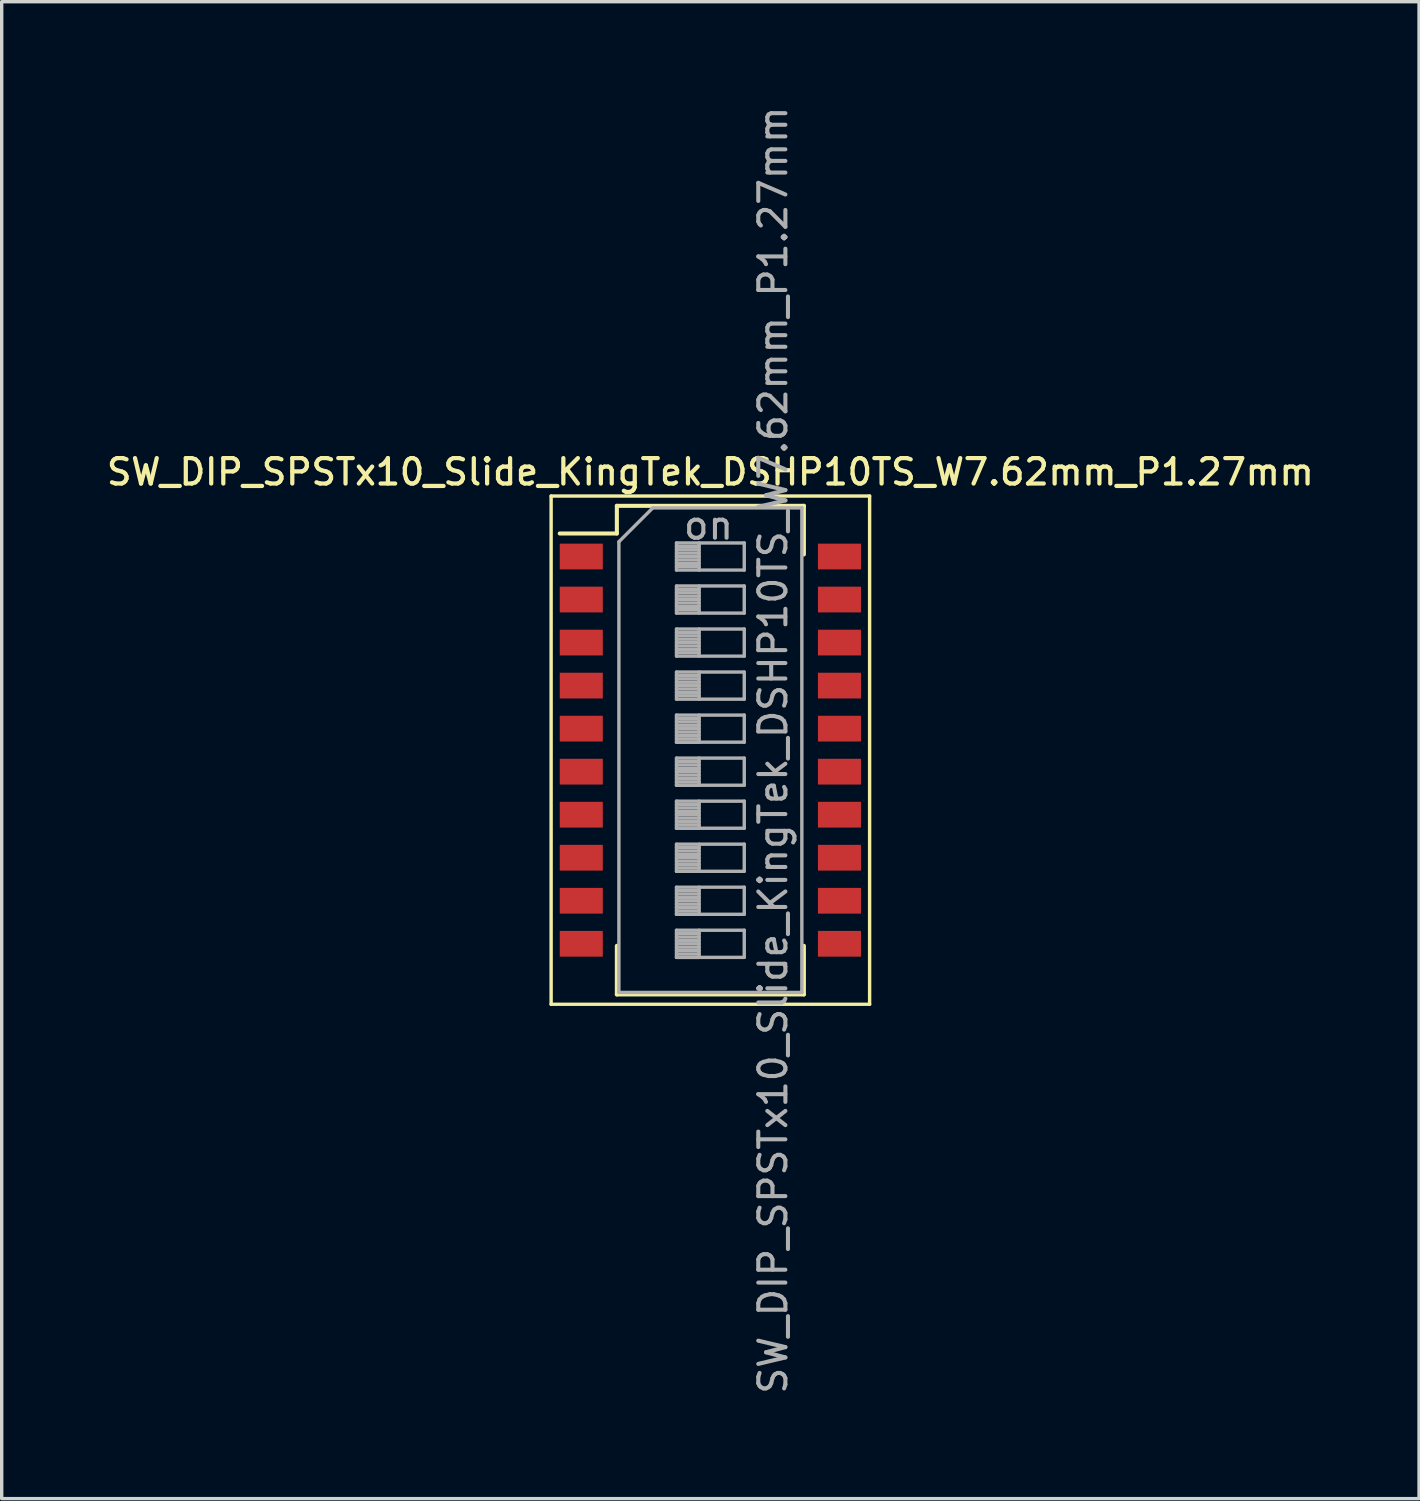
<source format=kicad_pcb>
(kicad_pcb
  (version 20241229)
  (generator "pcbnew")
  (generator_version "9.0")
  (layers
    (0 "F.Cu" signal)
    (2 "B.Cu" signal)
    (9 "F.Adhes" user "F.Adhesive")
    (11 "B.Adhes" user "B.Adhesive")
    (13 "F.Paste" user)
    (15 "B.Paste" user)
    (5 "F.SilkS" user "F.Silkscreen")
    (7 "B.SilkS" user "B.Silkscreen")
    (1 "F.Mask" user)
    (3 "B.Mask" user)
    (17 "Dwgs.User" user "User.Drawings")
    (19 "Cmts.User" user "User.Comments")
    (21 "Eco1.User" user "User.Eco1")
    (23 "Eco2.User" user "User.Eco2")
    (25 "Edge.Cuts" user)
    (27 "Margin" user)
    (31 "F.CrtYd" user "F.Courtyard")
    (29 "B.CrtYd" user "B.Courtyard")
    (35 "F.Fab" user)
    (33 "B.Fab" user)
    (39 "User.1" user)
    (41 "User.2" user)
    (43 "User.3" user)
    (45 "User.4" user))
  (footprint "SW_DIP_SPSTx10_Slide_KingTek_DSHP10TS_W7.62mm_P1.27mm"
    (layer "F.Cu")
    (at 17.916 19.09)
    (property "Reference" "SW_DIP_SPSTx10_Slide_KingTek_DSHP10TS_W7.62mm_P1.27mm" (at 0 -8.21 0) (layer "F.SilkS") (effects (font (size 0.75 0.75) (thickness 0.125))))
    (attr smd)
    (fp_line (start -4.7 -7.5) (end -4.7 7.5) (stroke (width 0.1) (type solid)) (layer "F.SilkS"))
    (fp_line (start -4.7 7.5) (end 4.7 7.5) (stroke (width 0.1) (type solid)) (layer "F.SilkS"))
    (fp_line (start -4.446 -6.395) (end -2.76 -6.395) (stroke (width 0.12) (type solid)) (layer "F.SilkS"))
    (fp_line (start -2.76 -7.211) (end -2.76 -6.395) (stroke (width 0.12) (type solid)) (layer "F.SilkS"))
    (fp_line (start -2.76 -7.211) (end 2.76 -7.211) (stroke (width 0.12) (type solid)) (layer "F.SilkS"))
    (fp_line (start -2.76 5.775) (end -2.76 7.21) (stroke (width 0.12) (type solid)) (layer "F.SilkS"))
    (fp_line (start -2.76 7.21) (end 2.76 7.21) (stroke (width 0.12) (type solid)) (layer "F.SilkS"))
    (fp_line (start 2.76 -7.211) (end 2.76 -5.776) (stroke (width 0.12) (type solid)) (layer "F.SilkS"))
    (fp_line (start 2.76 5.775) (end 2.76 7.21) (stroke (width 0.12) (type solid)) (layer "F.SilkS"))
    (fp_line (start 4.7 -7.5) (end -4.7 -7.5) (stroke (width 0.1) (type solid)) (layer "F.SilkS"))
    (fp_line (start 4.7 7.5) (end 4.7 -7.5) (stroke (width 0.1) (type solid)) (layer "F.SilkS"))
    (fp_line (start -2.7 -6.15) (end -1.7 -7.15) (stroke (width 0.1) (type solid)) (layer "F.Fab"))
    (fp_line (start -2.7 7.15) (end -2.7 -6.15) (stroke (width 0.1) (type solid)) (layer "F.Fab"))
    (fp_line (start -1.7 -7.15) (end 2.7 -7.15) (stroke (width 0.1) (type solid)) (layer "F.Fab"))
    (fp_line (start -1 -6.115) (end -1 -5.315) (stroke (width 0.1) (type solid)) (layer "F.Fab"))
    (fp_line (start -1 -6.015) (end -0.333 -6.015) (stroke (width 0.1) (type solid)) (layer "F.Fab"))
    (fp_line (start -1 -5.915) (end -0.333 -5.915) (stroke (width 0.1) (type solid)) (layer "F.Fab"))
    (fp_line (start -1 -5.815) (end -0.333 -5.815) (stroke (width 0.1) (type solid)) (layer "F.Fab"))
    (fp_line (start -1 -5.715) (end -0.333 -5.715) (stroke (width 0.1) (type solid)) (layer "F.Fab"))
    (fp_line (start -1 -5.615) (end -0.333 -5.615) (stroke (width 0.1) (type solid)) (layer "F.Fab"))
    (fp_line (start -1 -5.515) (end -0.333 -5.515) (stroke (width 0.1) (type solid)) (layer "F.Fab"))
    (fp_line (start -1 -5.415) (end -0.333 -5.415) (stroke (width 0.1) (type solid)) (layer "F.Fab"))
    (fp_line (start -1 -5.315) (end 1 -5.315) (stroke (width 0.1) (type solid)) (layer "F.Fab"))
    (fp_line (start -1 -4.845) (end -1 -4.045) (stroke (width 0.1) (type solid)) (layer "F.Fab"))
    (fp_line (start -1 -4.745) (end -0.333 -4.745) (stroke (width 0.1) (type solid)) (layer "F.Fab"))
    (fp_line (start -1 -4.645) (end -0.333 -4.645) (stroke (width 0.1) (type solid)) (layer "F.Fab"))
    (fp_line (start -1 -4.545) (end -0.333 -4.545) (stroke (width 0.1) (type solid)) (layer "F.Fab"))
    (fp_line (start -1 -4.445) (end -0.333 -4.445) (stroke (width 0.1) (type solid)) (layer "F.Fab"))
    (fp_line (start -1 -4.345) (end -0.333 -4.345) (stroke (width 0.1) (type solid)) (layer "F.Fab"))
    (fp_line (start -1 -4.245) (end -0.333 -4.245) (stroke (width 0.1) (type solid)) (layer "F.Fab"))
    (fp_line (start -1 -4.145) (end -0.333 -4.145) (stroke (width 0.1) (type solid)) (layer "F.Fab"))
    (fp_line (start -1 -4.045) (end 1 -4.045) (stroke (width 0.1) (type solid)) (layer "F.Fab"))
    (fp_line (start -1 -3.575) (end -1 -2.775) (stroke (width 0.1) (type solid)) (layer "F.Fab"))
    (fp_line (start -1 -3.475) (end -0.333 -3.475) (stroke (width 0.1) (type solid)) (layer "F.Fab"))
    (fp_line (start -1 -3.375) (end -0.333 -3.375) (stroke (width 0.1) (type solid)) (layer "F.Fab"))
    (fp_line (start -1 -3.275) (end -0.333 -3.275) (stroke (width 0.1) (type solid)) (layer "F.Fab"))
    (fp_line (start -1 -3.175) (end -0.333 -3.175) (stroke (width 0.1) (type solid)) (layer "F.Fab"))
    (fp_line (start -1 -3.075) (end -0.333 -3.075) (stroke (width 0.1) (type solid)) (layer "F.Fab"))
    (fp_line (start -1 -2.975) (end -0.333 -2.975) (stroke (width 0.1) (type solid)) (layer "F.Fab"))
    (fp_line (start -1 -2.875) (end -0.333 -2.875) (stroke (width 0.1) (type solid)) (layer "F.Fab"))
    (fp_line (start -1 -2.775) (end 1 -2.775) (stroke (width 0.1) (type solid)) (layer "F.Fab"))
    (fp_line (start -1 -2.305) (end -1 -1.505) (stroke (width 0.1) (type solid)) (layer "F.Fab"))
    (fp_line (start -1 -2.205) (end -0.333 -2.205) (stroke (width 0.1) (type solid)) (layer "F.Fab"))
    (fp_line (start -1 -2.105) (end -0.333 -2.105) (stroke (width 0.1) (type solid)) (layer "F.Fab"))
    (fp_line (start -1 -2.005) (end -0.333 -2.005) (stroke (width 0.1) (type solid)) (layer "F.Fab"))
    (fp_line (start -1 -1.905) (end -0.333 -1.905) (stroke (width 0.1) (type solid)) (layer "F.Fab"))
    (fp_line (start -1 -1.805) (end -0.333 -1.805) (stroke (width 0.1) (type solid)) (layer "F.Fab"))
    (fp_line (start -1 -1.705) (end -0.333 -1.705) (stroke (width 0.1) (type solid)) (layer "F.Fab"))
    (fp_line (start -1 -1.605) (end -0.333 -1.605) (stroke (width 0.1) (type solid)) (layer "F.Fab"))
    (fp_line (start -1 -1.505) (end 1 -1.505) (stroke (width 0.1) (type solid)) (layer "F.Fab"))
    (fp_line (start -1 -1.035) (end -1 -0.235) (stroke (width 0.1) (type solid)) (layer "F.Fab"))
    (fp_line (start -1 -0.935) (end -0.333 -0.935) (stroke (width 0.1) (type solid)) (layer "F.Fab"))
    (fp_line (start -1 -0.835) (end -0.333 -0.835) (stroke (width 0.1) (type solid)) (layer "F.Fab"))
    (fp_line (start -1 -0.735) (end -0.333 -0.735) (stroke (width 0.1) (type solid)) (layer "F.Fab"))
    (fp_line (start -1 -0.635) (end -0.333 -0.635) (stroke (width 0.1) (type solid)) (layer "F.Fab"))
    (fp_line (start -1 -0.535) (end -0.333 -0.535) (stroke (width 0.1) (type solid)) (layer "F.Fab"))
    (fp_line (start -1 -0.435) (end -0.333 -0.435) (stroke (width 0.1) (type solid)) (layer "F.Fab"))
    (fp_line (start -1 -0.335) (end -0.333 -0.335) (stroke (width 0.1) (type solid)) (layer "F.Fab"))
    (fp_line (start -1 -0.235) (end -0.333 -0.235) (stroke (width 0.1) (type solid)) (layer "F.Fab"))
    (fp_line (start -1 -0.235) (end 1 -0.235) (stroke (width 0.1) (type solid)) (layer "F.Fab"))
    (fp_line (start -1 0.235) (end -1 1.035) (stroke (width 0.1) (type solid)) (layer "F.Fab"))
    (fp_line (start -1 0.335) (end -0.333 0.335) (stroke (width 0.1) (type solid)) (layer "F.Fab"))
    (fp_line (start -1 0.435) (end -0.333 0.435) (stroke (width 0.1) (type solid)) (layer "F.Fab"))
    (fp_line (start -1 0.535) (end -0.333 0.535) (stroke (width 0.1) (type solid)) (layer "F.Fab"))
    (fp_line (start -1 0.635) (end -0.333 0.635) (stroke (width 0.1) (type solid)) (layer "F.Fab"))
    (fp_line (start -1 0.735) (end -0.333 0.735) (stroke (width 0.1) (type solid)) (layer "F.Fab"))
    (fp_line (start -1 0.835) (end -0.333 0.835) (stroke (width 0.1) (type solid)) (layer "F.Fab"))
    (fp_line (start -1 0.935) (end -0.333 0.935) (stroke (width 0.1) (type solid)) (layer "F.Fab"))
    (fp_line (start -1 1.035) (end -0.333 1.035) (stroke (width 0.1) (type solid)) (layer "F.Fab"))
    (fp_line (start -1 1.035) (end 1 1.035) (stroke (width 0.1) (type solid)) (layer "F.Fab"))
    (fp_line (start -1 1.505) (end -1 2.305) (stroke (width 0.1) (type solid)) (layer "F.Fab"))
    (fp_line (start -1 1.605) (end -0.333 1.605) (stroke (width 0.1) (type solid)) (layer "F.Fab"))
    (fp_line (start -1 1.705) (end -0.333 1.705) (stroke (width 0.1) (type solid)) (layer "F.Fab"))
    (fp_line (start -1 1.805) (end -0.333 1.805) (stroke (width 0.1) (type solid)) (layer "F.Fab"))
    (fp_line (start -1 1.905) (end -0.333 1.905) (stroke (width 0.1) (type solid)) (layer "F.Fab"))
    (fp_line (start -1 2.005) (end -0.333 2.005) (stroke (width 0.1) (type solid)) (layer "F.Fab"))
    (fp_line (start -1 2.105) (end -0.333 2.105) (stroke (width 0.1) (type solid)) (layer "F.Fab"))
    (fp_line (start -1 2.205) (end -0.333 2.205) (stroke (width 0.1) (type solid)) (layer "F.Fab"))
    (fp_line (start -1 2.305) (end -0.333 2.305) (stroke (width 0.1) (type solid)) (layer "F.Fab"))
    (fp_line (start -1 2.305) (end 1 2.305) (stroke (width 0.1) (type solid)) (layer "F.Fab"))
    (fp_line (start -1 2.775) (end -1 3.575) (stroke (width 0.1) (type solid)) (layer "F.Fab"))
    (fp_line (start -1 2.875) (end -0.333 2.875) (stroke (width 0.1) (type solid)) (layer "F.Fab"))
    (fp_line (start -1 2.975) (end -0.333 2.975) (stroke (width 0.1) (type solid)) (layer "F.Fab"))
    (fp_line (start -1 3.075) (end -0.333 3.075) (stroke (width 0.1) (type solid)) (layer "F.Fab"))
    (fp_line (start -1 3.175) (end -0.333 3.175) (stroke (width 0.1) (type solid)) (layer "F.Fab"))
    (fp_line (start -1 3.275) (end -0.333 3.275) (stroke (width 0.1) (type solid)) (layer "F.Fab"))
    (fp_line (start -1 3.375) (end -0.333 3.375) (stroke (width 0.1) (type solid)) (layer "F.Fab"))
    (fp_line (start -1 3.475) (end -0.333 3.475) (stroke (width 0.1) (type solid)) (layer "F.Fab"))
    (fp_line (start -1 3.575) (end -0.333 3.575) (stroke (width 0.1) (type solid)) (layer "F.Fab"))
    (fp_line (start -1 3.575) (end 1 3.575) (stroke (width 0.1) (type solid)) (layer "F.Fab"))
    (fp_line (start -1 4.045) (end -1 4.845) (stroke (width 0.1) (type solid)) (layer "F.Fab"))
    (fp_line (start -1 4.145) (end -0.333 4.145) (stroke (width 0.1) (type solid)) (layer "F.Fab"))
    (fp_line (start -1 4.245) (end -0.333 4.245) (stroke (width 0.1) (type solid)) (layer "F.Fab"))
    (fp_line (start -1 4.345) (end -0.333 4.345) (stroke (width 0.1) (type solid)) (layer "F.Fab"))
    (fp_line (start -1 4.445) (end -0.333 4.445) (stroke (width 0.1) (type solid)) (layer "F.Fab"))
    (fp_line (start -1 4.545) (end -0.333 4.545) (stroke (width 0.1) (type solid)) (layer "F.Fab"))
    (fp_line (start -1 4.645) (end -0.333 4.645) (stroke (width 0.1) (type solid)) (layer "F.Fab"))
    (fp_line (start -1 4.745) (end -0.333 4.745) (stroke (width 0.1) (type solid)) (layer "F.Fab"))
    (fp_line (start -1 4.845) (end -0.333 4.845) (stroke (width 0.1) (type solid)) (layer "F.Fab"))
    (fp_line (start -1 4.845) (end 1 4.845) (stroke (width 0.1) (type solid)) (layer "F.Fab"))
    (fp_line (start -1 5.315) (end -1 6.115) (stroke (width 0.1) (type solid)) (layer "F.Fab"))
    (fp_line (start -1 5.415) (end -0.333 5.415) (stroke (width 0.1) (type solid)) (layer "F.Fab"))
    (fp_line (start -1 5.515) (end -0.333 5.515) (stroke (width 0.1) (type solid)) (layer "F.Fab"))
    (fp_line (start -1 5.615) (end -0.333 5.615) (stroke (width 0.1) (type solid)) (layer "F.Fab"))
    (fp_line (start -1 5.715) (end -0.333 5.715) (stroke (width 0.1) (type solid)) (layer "F.Fab"))
    (fp_line (start -1 5.815) (end -0.333 5.815) (stroke (width 0.1) (type solid)) (layer "F.Fab"))
    (fp_line (start -1 5.915) (end -0.333 5.915) (stroke (width 0.1) (type solid)) (layer "F.Fab"))
    (fp_line (start -1 6.015) (end -0.333 6.015) (stroke (width 0.1) (type solid)) (layer "F.Fab"))
    (fp_line (start -1 6.115) (end -0.333 6.115) (stroke (width 0.1) (type solid)) (layer "F.Fab"))
    (fp_line (start -1 6.115) (end 1 6.115) (stroke (width 0.1) (type solid)) (layer "F.Fab"))
    (fp_line (start -0.333 -6.115) (end -0.333 -5.315) (stroke (width 0.1) (type solid)) (layer "F.Fab"))
    (fp_line (start -0.333 -4.845) (end -0.333 -4.045) (stroke (width 0.1) (type solid)) (layer "F.Fab"))
    (fp_line (start -0.333 -3.575) (end -0.333 -2.775) (stroke (width 0.1) (type solid)) (layer "F.Fab"))
    (fp_line (start -0.333 -2.305) (end -0.333 -1.505) (stroke (width 0.1) (type solid)) (layer "F.Fab"))
    (fp_line (start -0.333 -1.035) (end -0.333 -0.235) (stroke (width 0.1) (type solid)) (layer "F.Fab"))
    (fp_line (start -0.333 0.235) (end -0.333 1.035) (stroke (width 0.1) (type solid)) (layer "F.Fab"))
    (fp_line (start -0.333 1.505) (end -0.333 2.305) (stroke (width 0.1) (type solid)) (layer "F.Fab"))
    (fp_line (start -0.333 2.775) (end -0.333 3.575) (stroke (width 0.1) (type solid)) (layer "F.Fab"))
    (fp_line (start -0.333 4.045) (end -0.333 4.845) (stroke (width 0.1) (type solid)) (layer "F.Fab"))
    (fp_line (start -0.333 5.315) (end -0.333 6.115) (stroke (width 0.1) (type solid)) (layer "F.Fab"))
    (fp_line (start 1 -6.115) (end -1 -6.115) (stroke (width 0.1) (type solid)) (layer "F.Fab"))
    (fp_line (start 1 -5.315) (end 1 -6.115) (stroke (width 0.1) (type solid)) (layer "F.Fab"))
    (fp_line (start 1 -4.845) (end -1 -4.845) (stroke (width 0.1) (type solid)) (layer "F.Fab"))
    (fp_line (start 1 -4.045) (end 1 -4.845) (stroke (width 0.1) (type solid)) (layer "F.Fab"))
    (fp_line (start 1 -3.575) (end -1 -3.575) (stroke (width 0.1) (type solid)) (layer "F.Fab"))
    (fp_line (start 1 -2.775) (end 1 -3.575) (stroke (width 0.1) (type solid)) (layer "F.Fab"))
    (fp_line (start 1 -2.305) (end -1 -2.305) (stroke (width 0.1) (type solid)) (layer "F.Fab"))
    (fp_line (start 1 -1.505) (end 1 -2.305) (stroke (width 0.1) (type solid)) (layer "F.Fab"))
    (fp_line (start 1 -1.035) (end -1 -1.035) (stroke (width 0.1) (type solid)) (layer "F.Fab"))
    (fp_line (start 1 -0.235) (end 1 -1.035) (stroke (width 0.1) (type solid)) (layer "F.Fab"))
    (fp_line (start 1 0.235) (end -1 0.235) (stroke (width 0.1) (type solid)) (layer "F.Fab"))
    (fp_line (start 1 1.035) (end 1 0.235) (stroke (width 0.1) (type solid)) (layer "F.Fab"))
    (fp_line (start 1 1.505) (end -1 1.505) (stroke (width 0.1) (type solid)) (layer "F.Fab"))
    (fp_line (start 1 2.305) (end 1 1.505) (stroke (width 0.1) (type solid)) (layer "F.Fab"))
    (fp_line (start 1 2.775) (end -1 2.775) (stroke (width 0.1) (type solid)) (layer "F.Fab"))
    (fp_line (start 1 3.575) (end 1 2.775) (stroke (width 0.1) (type solid)) (layer "F.Fab"))
    (fp_line (start 1 4.045) (end -1 4.045) (stroke (width 0.1) (type solid)) (layer "F.Fab"))
    (fp_line (start 1 4.845) (end 1 4.045) (stroke (width 0.1) (type solid)) (layer "F.Fab"))
    (fp_line (start 1 5.315) (end -1 5.315) (stroke (width 0.1) (type solid)) (layer "F.Fab"))
    (fp_line (start 1 6.115) (end 1 5.315) (stroke (width 0.1) (type solid)) (layer "F.Fab"))
    (fp_line (start 2.7 -7.15) (end 2.7 7.15) (stroke (width 0.1) (type solid)) (layer "F.Fab"))
    (fp_line (start 2.7 7.15) (end -2.7 7.15) (stroke (width 0.1) (type solid)) (layer "F.Fab"))
    (fp_text user "on" (at -0.055 -6.633 0) (layer "F.Fab") (effects (font (size 0.8 0.8) (thickness 0.12))))
    (fp_text user "${REFERENCE}" (at 1.85 0 90) (layer "F.Fab") (effects (font (size 0.8 0.8) (thickness 0.12))))
    (pad "1" smd rect (at -3.81 -5.715) (size 1.27 0.76) (layers "F.Cu" "F.Mask" "F.Paste"))
    (pad "2" smd rect (at -3.81 -4.445) (size 1.27 0.76) (layers "F.Cu" "F.Mask" "F.Paste"))
    (pad "3" smd rect (at -3.81 -3.175) (size 1.27 0.76) (layers "F.Cu" "F.Mask" "F.Paste"))
    (pad "4" smd rect (at -3.81 -1.905) (size 1.27 0.76) (layers "F.Cu" "F.Mask" "F.Paste"))
    (pad "5" smd rect (at -3.81 -0.635) (size 1.27 0.76) (layers "F.Cu" "F.Mask" "F.Paste"))
    (pad "6" smd rect (at -3.81 0.635) (size 1.27 0.76) (layers "F.Cu" "F.Mask" "F.Paste"))
    (pad "7" smd rect (at -3.81 1.905) (size 1.27 0.76) (layers "F.Cu" "F.Mask" "F.Paste"))
    (pad "8" smd rect (at -3.81 3.175) (size 1.27 0.76) (layers "F.Cu" "F.Mask" "F.Paste"))
    (pad "9" smd rect (at -3.81 4.445) (size 1.27 0.76) (layers "F.Cu" "F.Mask" "F.Paste"))
    (pad "10" smd rect (at -3.81 5.715) (size 1.27 0.76) (layers "F.Cu" "F.Mask" "F.Paste"))
    (pad "11" smd rect (at 3.81 5.715) (size 1.27 0.76) (layers "F.Cu" "F.Mask" "F.Paste"))
    (pad "12" smd rect (at 3.81 4.445) (size 1.27 0.76) (layers "F.Cu" "F.Mask" "F.Paste"))
    (pad "13" smd rect (at 3.81 3.175) (size 1.27 0.76) (layers "F.Cu" "F.Mask" "F.Paste"))
    (pad "14" smd rect (at 3.81 1.905) (size 1.27 0.76) (layers "F.Cu" "F.Mask" "F.Paste"))
    (pad "15" smd rect (at 3.81 0.635) (size 1.27 0.76) (layers "F.Cu" "F.Mask" "F.Paste"))
    (pad "16" smd rect (at 3.81 -0.635) (size 1.27 0.76) (layers "F.Cu" "F.Mask" "F.Paste"))
    (pad "17" smd rect (at 3.81 -1.905) (size 1.27 0.76) (layers "F.Cu" "F.Mask" "F.Paste"))
    (pad "18" smd rect (at 3.81 -3.175) (size 1.27 0.76) (layers "F.Cu" "F.Mask" "F.Paste"))
    (pad "19" smd rect (at 3.81 -4.445) (size 1.27 0.76) (layers "F.Cu" "F.Mask" "F.Paste"))
    (pad "20" smd rect (at 3.81 -5.715) (size 1.27 0.76) (layers "F.Cu" "F.Mask" "F.Paste")))
  (gr_rect
    (start -3 -3)
    (end 38.832 41.181)
    (stroke (width 0.1) (type default))
    (fill no)
    (layer "Edge.Cuts")))
</source>
